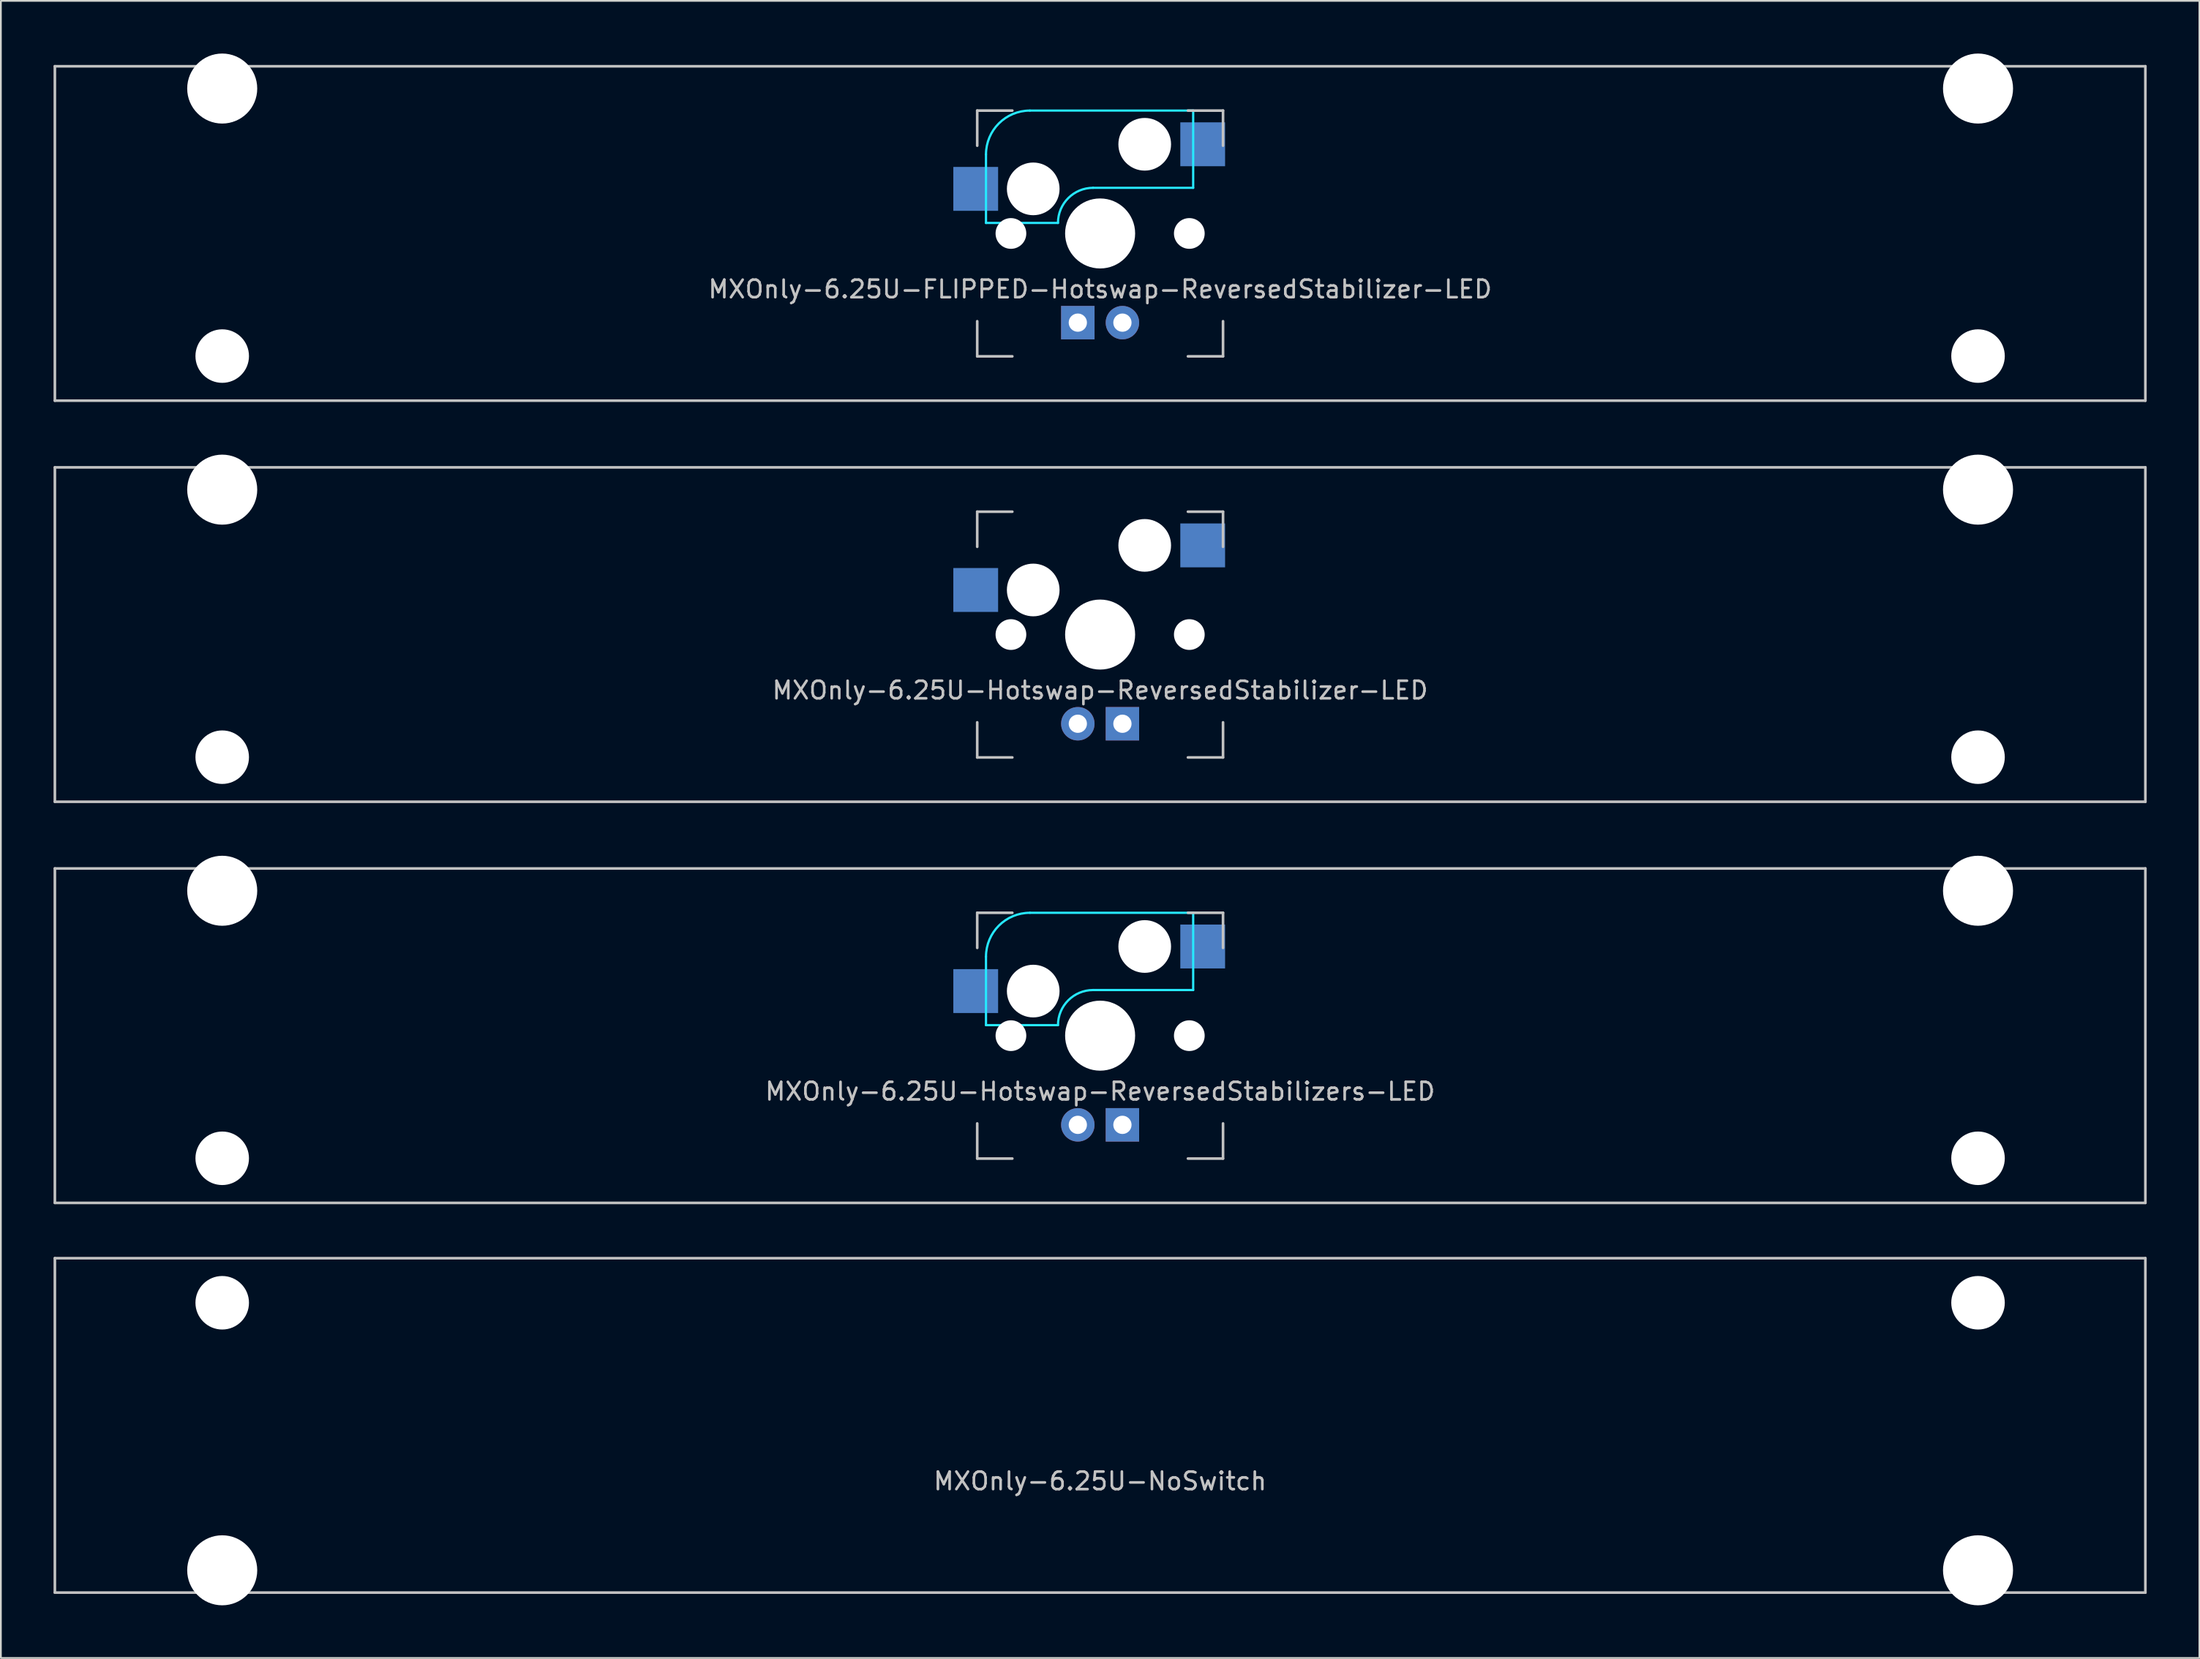
<source format=kicad_pcb>
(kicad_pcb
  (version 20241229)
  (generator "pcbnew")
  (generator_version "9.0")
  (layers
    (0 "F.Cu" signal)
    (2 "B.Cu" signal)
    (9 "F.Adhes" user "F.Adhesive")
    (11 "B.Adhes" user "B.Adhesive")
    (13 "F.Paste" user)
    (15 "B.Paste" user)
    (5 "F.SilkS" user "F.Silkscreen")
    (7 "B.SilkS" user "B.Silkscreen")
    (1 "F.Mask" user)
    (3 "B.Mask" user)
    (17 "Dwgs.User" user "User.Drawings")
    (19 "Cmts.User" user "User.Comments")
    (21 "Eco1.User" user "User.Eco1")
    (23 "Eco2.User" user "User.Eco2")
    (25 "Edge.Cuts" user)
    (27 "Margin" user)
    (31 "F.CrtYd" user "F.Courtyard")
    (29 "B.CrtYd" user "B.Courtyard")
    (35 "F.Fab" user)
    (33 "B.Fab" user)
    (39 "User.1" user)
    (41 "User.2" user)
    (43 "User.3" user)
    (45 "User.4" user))
  (footprint "MXOnly-6.25U-NoSwitch"
    (layer "F.Cu")
    (at 59.606 78.147)
    (property "Reference" "MXOnly-6.25U-NoSwitch" (at 0 3.175 0) (layer "Dwgs.User") (effects (font (size 1 1) (thickness 0.15))))
    (attr through_hole)
    (fp_line (start -59.531 -9.525) (end 59.531 -9.525) (stroke (width 0.15) (type solid)) (layer "Dwgs.User"))
    (fp_line (start -59.531 9.525) (end -59.531 -9.525) (stroke (width 0.15) (type solid)) (layer "Dwgs.User"))
    (fp_line (start -59.531 9.525) (end 59.531 9.525) (stroke (width 0.15) (type solid)) (layer "Dwgs.User"))
    (fp_line (start 59.531 -9.525) (end 59.531 9.525) (stroke (width 0.15) (type solid)) (layer "Dwgs.User"))
    (pad "" np_thru_hole circle (at -50 -6.985) (size 3.048 3.048) (drill 3.048) (layers "*.Cu" "*.Mask"))
    (pad "" np_thru_hole circle (at -50 8.255) (size 3.988 3.988) (drill 3.988) (layers "*.Cu" "*.Mask"))
    (pad "" np_thru_hole circle (at 50 -6.985) (size 3.048 3.048) (drill 3.048) (layers "*.Cu" "*.Mask"))
    (pad "" np_thru_hole circle (at 50 8.255) (size 3.988 3.988) (drill 3.988) (layers "*.Cu" "*.Mask")))
  (footprint "MXOnly-6.25U-FLIPPED-Hotswap-ReversedStabilizer-LED"
    (layer "F.Cu")
    (at 59.606 10.249)
    (property "Reference" "MXOnly-6.25U-FLIPPED-Hotswap-ReversedStabilizer-LED" (at 0 3.175 0) (layer "Dwgs.User") (effects (font (size 1 1) (thickness 0.15))))
    (attr through_hole)
    (fp_line (start -59.531 -9.525) (end 59.531 -9.525) (stroke (width 0.15) (type solid)) (layer "Dwgs.User"))
    (fp_line (start -59.531 9.525) (end -59.531 -9.525) (stroke (width 0.15) (type solid)) (layer "Dwgs.User"))
    (fp_line (start -59.531 9.525) (end 59.531 9.525) (stroke (width 0.15) (type solid)) (layer "Dwgs.User"))
    (fp_line (start -7 -7) (end -7 -5) (stroke (width 0.15) (type solid)) (layer "Dwgs.User"))
    (fp_line (start -7 5) (end -7 7) (stroke (width 0.15) (type solid)) (layer "Dwgs.User"))
    (fp_line (start -7 7) (end -5 7) (stroke (width 0.15) (type solid)) (layer "Dwgs.User"))
    (fp_line (start -5 -7) (end -7 -7) (stroke (width 0.15) (type solid)) (layer "Dwgs.User"))
    (fp_line (start 5 -7) (end 7 -7) (stroke (width 0.15) (type solid)) (layer "Dwgs.User"))
    (fp_line (start 5 7) (end 7 7) (stroke (width 0.15) (type solid)) (layer "Dwgs.User"))
    (fp_line (start 7 -7) (end 7 -5) (stroke (width 0.15) (type solid)) (layer "Dwgs.User"))
    (fp_line (start 7 7) (end 7 5) (stroke (width 0.15) (type solid)) (layer "Dwgs.User"))
    (fp_line (start 59.531 -9.525) (end 59.531 9.525) (stroke (width 0.15) (type solid)) (layer "Dwgs.User"))
    (fp_line (start -6.5 -4.5) (end -6.5 -0.6) (stroke (width 0.127) (type solid)) (layer "B.CrtYd"))
    (fp_line (start -6.5 -0.6) (end -2.4 -0.6) (stroke (width 0.127) (type solid)) (layer "B.CrtYd"))
    (fp_line (start -0.4 -2.6) (end 5.3 -2.6) (stroke (width 0.127) (type solid)) (layer "B.CrtYd"))
    (fp_line (start 5.3 -7) (end -4 -7) (stroke (width 0.127) (type solid)) (layer "B.CrtYd"))
    (fp_line (start 5.3 -7) (end 5.3 -2.6) (stroke (width 0.127) (type solid)) (layer "B.CrtYd"))
    (fp_arc (start -6.5 -4.5) (mid -5.767767 -6.267767) (end -4 -7) (stroke (width 0.127) (type solid)) (layer "B.CrtYd"))
    (fp_arc (start -2.4 -0.6) (mid -1.814214 -2.014214) (end -0.4 -2.6) (stroke (width 0.127) (type solid)) (layer "B.CrtYd"))
    (pad "" np_thru_hole circle (at -50 -8.255 180) (size 3.988 3.988) (drill 3.988) (layers "*.Cu" "*.Mask"))
    (pad "" np_thru_hole circle (at -50 6.985 180) (size 3.048 3.048) (drill 3.048) (layers "*.Cu" "*.Mask"))
    (pad "" np_thru_hole circle (at -5.08 0 48.1) (size 1.75 1.75) (drill 1.75) (layers "*.Cu" "*.Mask"))
    (pad "" np_thru_hole circle (at -3.81 -2.54) (size 3 3) (drill 3) (layers "*.Cu" "*.Mask"))
    (pad "" np_thru_hole circle (at 0 0) (size 3.988 3.988) (drill 3.988) (layers "*.Cu" "*.Mask"))
    (pad "" np_thru_hole circle (at 2.54 -5.08) (size 3 3) (drill 3) (layers "*.Cu" "*.Mask"))
    (pad "" np_thru_hole circle (at 5.08 0 48.1) (size 1.75 1.75) (drill 1.75) (layers "*.Cu" "*.Mask"))
    (pad "" np_thru_hole circle (at 50 -8.255 180) (size 3.988 3.988) (drill 3.988) (layers "*.Cu" "*.Mask"))
    (pad "" np_thru_hole circle (at 50 6.985 180) (size 3.048 3.048) (drill 3.048) (layers "*.Cu" "*.Mask"))
    (pad "1" smd rect (at -7.085 -2.54) (size 2.55 2.5) (layers "B.Cu" "B.Mask" "B.Paste"))
    (pad "2" smd rect (at 5.842 -5.08) (size 2.55 2.5) (layers "B.Cu" "B.Mask" "B.Paste"))
    (pad "3" thru_hole circle (at 1.27 5.08 180) (size 1.905 1.905) (drill 1.04) (layers "*.Cu" "B.Mask"))
    (pad "4" thru_hole rect (at -1.27 5.08 180) (size 1.905 1.905) (drill 1.04) (layers "*.Cu" "B.Mask")))
  (footprint "MXOnly-6.25U-Hotswap-ReversedStabilizer-LED"
    (layer "F.Cu")
    (at 59.606 33.098)
    (property "Reference" "MXOnly-6.25U-Hotswap-ReversedStabilizer-LED" (at 0 3.175 0) (layer "Dwgs.User") (effects (font (size 1 1) (thickness 0.15))))
    (attr through_hole)
    (fp_line (start -59.531 -9.525) (end 59.531 -9.525) (stroke (width 0.15) (type solid)) (layer "Dwgs.User"))
    (fp_line (start -59.531 9.525) (end -59.531 -9.525) (stroke (width 0.15) (type solid)) (layer "Dwgs.User"))
    (fp_line (start -59.531 9.525) (end 59.531 9.525) (stroke (width 0.15) (type solid)) (layer "Dwgs.User"))
    (fp_line (start -7 -7) (end -7 -5) (stroke (width 0.15) (type solid)) (layer "Dwgs.User"))
    (fp_line (start -7 5) (end -7 7) (stroke (width 0.15) (type solid)) (layer "Dwgs.User"))
    (fp_line (start -7 7) (end -5 7) (stroke (width 0.15) (type solid)) (layer "Dwgs.User"))
    (fp_line (start -5 -7) (end -7 -7) (stroke (width 0.15) (type solid)) (layer "Dwgs.User"))
    (fp_line (start 5 -7) (end 7 -7) (stroke (width 0.15) (type solid)) (layer "Dwgs.User"))
    (fp_line (start 5 7) (end 7 7) (stroke (width 0.15) (type solid)) (layer "Dwgs.User"))
    (fp_line (start 7 -7) (end 7 -5) (stroke (width 0.15) (type solid)) (layer "Dwgs.User"))
    (fp_line (start 7 7) (end 7 5) (stroke (width 0.15) (type solid)) (layer "Dwgs.User"))
    (fp_line (start 59.531 -9.525) (end 59.531 9.525) (stroke (width 0.15) (type solid)) (layer "Dwgs.User"))
    (pad "" np_thru_hole circle (at -50 -8.255 180) (size 3.988 3.988) (drill 3.988) (layers "*.Cu" "*.Mask"))
    (pad "" np_thru_hole circle (at -50 6.985 180) (size 3.048 3.048) (drill 3.048) (layers "*.Cu" "*.Mask"))
    (pad "" np_thru_hole circle (at -5.08 0 48.1) (size 1.75 1.75) (drill 1.75) (layers "*.Cu" "*.Mask"))
    (pad "" np_thru_hole circle (at -3.81 -2.54) (size 3 3) (drill 3) (layers "*.Cu" "*.Mask"))
    (pad "" np_thru_hole circle (at 0 0) (size 3.988 3.988) (drill 3.988) (layers "*.Cu" "*.Mask"))
    (pad "" np_thru_hole circle (at 2.54 -5.08) (size 3 3) (drill 3) (layers "*.Cu" "*.Mask"))
    (pad "" np_thru_hole circle (at 5.08 0 48.1) (size 1.75 1.75) (drill 1.75) (layers "*.Cu" "*.Mask"))
    (pad "" np_thru_hole circle (at 50 -8.255 180) (size 3.988 3.988) (drill 3.988) (layers "*.Cu" "*.Mask"))
    (pad "" np_thru_hole circle (at 50 6.985 180) (size 3.048 3.048) (drill 3.048) (layers "*.Cu" "*.Mask"))
    (pad "1" smd rect (at -7.085 -2.54) (size 2.55 2.5) (layers "B.Cu" "B.Mask" "B.Paste"))
    (pad "2" smd rect (at 5.842 -5.08) (size 2.55 2.5) (layers "B.Cu" "B.Mask" "B.Paste"))
    (pad "3" thru_hole circle (at -1.27 5.08) (size 1.905 1.905) (drill 1.04) (layers "*.Cu" "B.Mask"))
    (pad "4" thru_hole rect (at 1.27 5.08) (size 1.905 1.905) (drill 1.04) (layers "*.Cu" "B.Mask")))
  (footprint "MXOnly-6.25U-Hotswap-ReversedStabilizers-LED"
    (layer "F.Cu")
    (at 59.606 55.947)
    (property "Reference" "MXOnly-6.25U-Hotswap-ReversedStabilizers-LED" (at 0 3.175 0) (layer "Dwgs.User") (effects (font (size 1 1) (thickness 0.15))))
    (attr through_hole)
    (fp_line (start -59.531 -9.525) (end 59.531 -9.525) (stroke (width 0.15) (type solid)) (layer "Dwgs.User"))
    (fp_line (start -59.531 9.525) (end -59.531 -9.525) (stroke (width 0.15) (type solid)) (layer "Dwgs.User"))
    (fp_line (start -59.531 9.525) (end 59.531 9.525) (stroke (width 0.15) (type solid)) (layer "Dwgs.User"))
    (fp_line (start -7 -7) (end -7 -5) (stroke (width 0.15) (type solid)) (layer "Dwgs.User"))
    (fp_line (start -7 5) (end -7 7) (stroke (width 0.15) (type solid)) (layer "Dwgs.User"))
    (fp_line (start -7 7) (end -5 7) (stroke (width 0.15) (type solid)) (layer "Dwgs.User"))
    (fp_line (start -5 -7) (end -7 -7) (stroke (width 0.15) (type solid)) (layer "Dwgs.User"))
    (fp_line (start 5 -7) (end 7 -7) (stroke (width 0.15) (type solid)) (layer "Dwgs.User"))
    (fp_line (start 5 7) (end 7 7) (stroke (width 0.15) (type solid)) (layer "Dwgs.User"))
    (fp_line (start 7 -7) (end 7 -5) (stroke (width 0.15) (type solid)) (layer "Dwgs.User"))
    (fp_line (start 7 7) (end 7 5) (stroke (width 0.15) (type solid)) (layer "Dwgs.User"))
    (fp_line (start 59.531 -9.525) (end 59.531 9.525) (stroke (width 0.15) (type solid)) (layer "Dwgs.User"))
    (fp_line (start -6.5 -4.5) (end -6.5 -0.6) (stroke (width 0.127) (type solid)) (layer "B.CrtYd"))
    (fp_line (start -6.5 -0.6) (end -2.4 -0.6) (stroke (width 0.127) (type solid)) (layer "B.CrtYd"))
    (fp_line (start -0.4 -2.6) (end 5.3 -2.6) (stroke (width 0.127) (type solid)) (layer "B.CrtYd"))
    (fp_line (start 5.3 -7) (end -4 -7) (stroke (width 0.127) (type solid)) (layer "B.CrtYd"))
    (fp_line (start 5.3 -7) (end 5.3 -2.6) (stroke (width 0.127) (type solid)) (layer "B.CrtYd"))
    (fp_arc (start -6.5 -4.5) (mid -5.767767 -6.267767) (end -4 -7) (stroke (width 0.127) (type solid)) (layer "B.CrtYd"))
    (fp_arc (start -2.4 -0.6) (mid -1.814214 -2.014214) (end -0.4 -2.6) (stroke (width 0.127) (type solid)) (layer "B.CrtYd"))
    (pad "" np_thru_hole circle (at -50 -8.255 180) (size 3.988 3.988) (drill 3.988) (layers "*.Cu" "*.Mask"))
    (pad "" np_thru_hole circle (at -50 6.985 180) (size 3.048 3.048) (drill 3.048) (layers "*.Cu" "*.Mask"))
    (pad "" np_thru_hole circle (at -5.08 0 48.1) (size 1.75 1.75) (drill 1.75) (layers "*.Cu" "*.Mask"))
    (pad "" np_thru_hole circle (at -3.81 -2.54) (size 3 3) (drill 3) (layers "*.Cu" "*.Mask"))
    (pad "" np_thru_hole circle (at 0 0) (size 3.988 3.988) (drill 3.988) (layers "*.Cu" "*.Mask"))
    (pad "" np_thru_hole circle (at 2.54 -5.08) (size 3 3) (drill 3) (layers "*.Cu" "*.Mask"))
    (pad "" np_thru_hole circle (at 5.08 0 48.1) (size 1.75 1.75) (drill 1.75) (layers "*.Cu" "*.Mask"))
    (pad "" np_thru_hole circle (at 50 -8.255 180) (size 3.988 3.988) (drill 3.988) (layers "*.Cu" "*.Mask"))
    (pad "" np_thru_hole circle (at 50 6.985 180) (size 3.048 3.048) (drill 3.048) (layers "*.Cu" "*.Mask"))
    (pad "1" smd rect (at -7.085 -2.54) (size 2.55 2.5) (layers "B.Cu" "B.Mask" "B.Paste"))
    (pad "2" smd rect (at 5.842 -5.08) (size 2.55 2.5) (layers "B.Cu" "B.Mask" "B.Paste"))
    (pad "3" thru_hole circle (at -1.27 5.08) (size 1.905 1.905) (drill 1.04) (layers "*.Cu" "B.Mask"))
    (pad "4" thru_hole rect (at 1.27 5.08) (size 1.905 1.905) (drill 1.04) (layers "*.Cu" "B.Mask")))
  (gr_rect
    (start -3 -3)
    (end 122.213 91.396)
    (stroke (width 0.1) (type default))
    (fill no)
    (layer "Edge.Cuts")))
</source>
